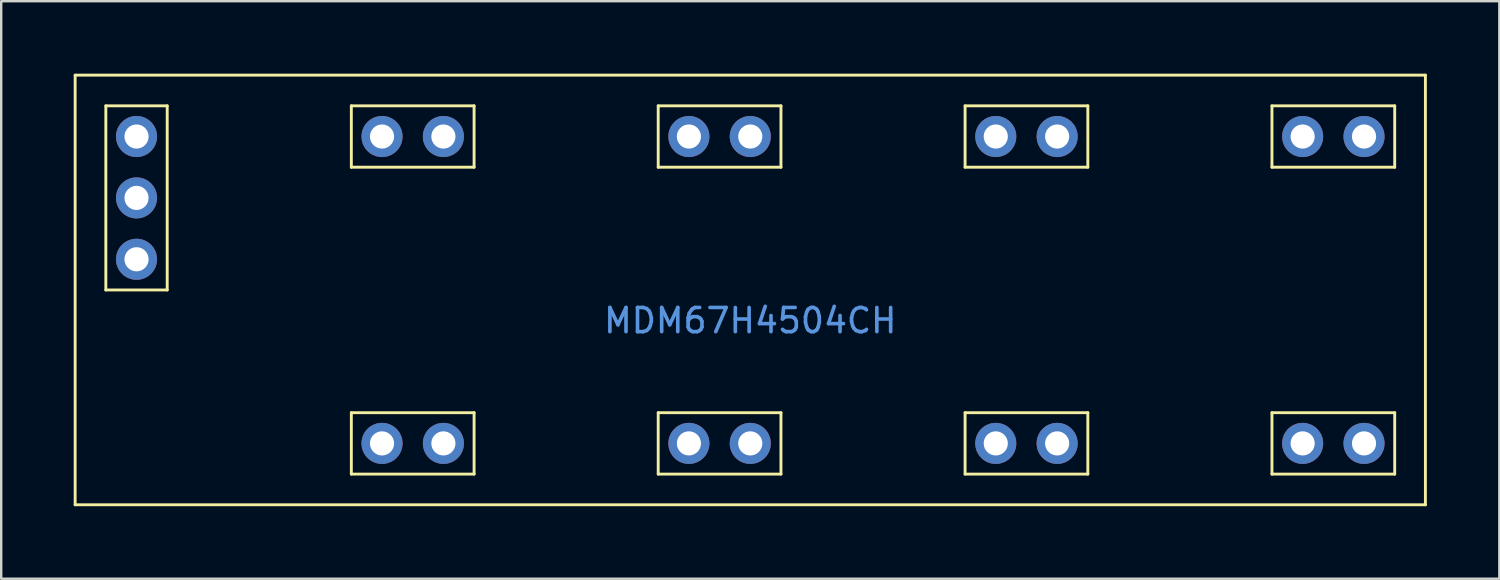
<source format=kicad_pcb>
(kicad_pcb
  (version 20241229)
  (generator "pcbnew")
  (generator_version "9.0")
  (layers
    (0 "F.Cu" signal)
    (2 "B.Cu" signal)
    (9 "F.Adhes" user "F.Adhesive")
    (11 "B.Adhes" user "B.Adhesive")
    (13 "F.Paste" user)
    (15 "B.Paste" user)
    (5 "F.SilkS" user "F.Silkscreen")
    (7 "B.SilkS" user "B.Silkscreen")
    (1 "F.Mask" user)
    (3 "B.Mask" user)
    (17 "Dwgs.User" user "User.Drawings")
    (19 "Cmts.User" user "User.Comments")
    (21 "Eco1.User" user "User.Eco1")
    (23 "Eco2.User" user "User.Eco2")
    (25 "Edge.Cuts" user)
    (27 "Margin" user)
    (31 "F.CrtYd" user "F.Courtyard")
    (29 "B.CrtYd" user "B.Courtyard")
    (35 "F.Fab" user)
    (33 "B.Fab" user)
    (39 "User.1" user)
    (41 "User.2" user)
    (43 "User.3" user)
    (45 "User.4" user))
  (footprint "MDM67H4504CH"
    (layer "F.Cu")
    (at 28 8.95)
    (property "Reference" "MDM67H4504CH" (at 0 1.27 0) (layer "Cmts.User") (effects (font (size 1 1) (thickness 0.15))))
    (attr through_hole)
    (fp_line (start -27.94 -8.89) (end -27.94 8.89) (stroke (width 0.12) (type solid)) (layer "F.SilkS"))
    (fp_line (start -27.94 8.89) (end 27.94 8.89) (stroke (width 0.12) (type solid)) (layer "F.SilkS"))
    (fp_line (start -26.67 -7.62) (end -26.67 0) (stroke (width 0.12) (type solid)) (layer "F.SilkS"))
    (fp_line (start -26.67 0) (end -24.13 0) (stroke (width 0.12) (type solid)) (layer "F.SilkS"))
    (fp_line (start -24.13 -7.62) (end -26.67 -7.62) (stroke (width 0.12) (type solid)) (layer "F.SilkS"))
    (fp_line (start -24.13 0) (end -24.13 -7.62) (stroke (width 0.12) (type solid)) (layer "F.SilkS"))
    (fp_line (start -16.51 -7.62) (end -16.51 -5.08) (stroke (width 0.12) (type solid)) (layer "F.SilkS"))
    (fp_line (start -16.51 -5.08) (end -11.43 -5.08) (stroke (width 0.12) (type solid)) (layer "F.SilkS"))
    (fp_line (start -16.51 5.08) (end -16.51 7.62) (stroke (width 0.12) (type solid)) (layer "F.SilkS"))
    (fp_line (start -16.51 7.62) (end -11.43 7.62) (stroke (width 0.12) (type solid)) (layer "F.SilkS"))
    (fp_line (start -11.43 -7.62) (end -16.51 -7.62) (stroke (width 0.12) (type solid)) (layer "F.SilkS"))
    (fp_line (start -11.43 -5.08) (end -11.43 -7.62) (stroke (width 0.12) (type solid)) (layer "F.SilkS"))
    (fp_line (start -11.43 5.08) (end -16.51 5.08) (stroke (width 0.12) (type solid)) (layer "F.SilkS"))
    (fp_line (start -11.43 7.62) (end -11.43 5.08) (stroke (width 0.12) (type solid)) (layer "F.SilkS"))
    (fp_line (start -3.81 -7.62) (end 1.27 -7.62) (stroke (width 0.12) (type solid)) (layer "F.SilkS"))
    (fp_line (start -3.81 -5.08) (end -3.81 -7.62) (stroke (width 0.12) (type solid)) (layer "F.SilkS"))
    (fp_line (start -3.81 5.08) (end -3.81 7.62) (stroke (width 0.12) (type solid)) (layer "F.SilkS"))
    (fp_line (start -3.81 7.62) (end 1.27 7.62) (stroke (width 0.12) (type solid)) (layer "F.SilkS"))
    (fp_line (start 1.27 -7.62) (end 1.27 -5.08) (stroke (width 0.12) (type solid)) (layer "F.SilkS"))
    (fp_line (start 1.27 -5.08) (end -3.81 -5.08) (stroke (width 0.12) (type solid)) (layer "F.SilkS"))
    (fp_line (start 1.27 5.08) (end -3.81 5.08) (stroke (width 0.12) (type solid)) (layer "F.SilkS"))
    (fp_line (start 1.27 7.62) (end 1.27 5.08) (stroke (width 0.12) (type solid)) (layer "F.SilkS"))
    (fp_line (start 8.89 -7.62) (end 8.89 -5.08) (stroke (width 0.12) (type solid)) (layer "F.SilkS"))
    (fp_line (start 8.89 -5.08) (end 13.97 -5.08) (stroke (width 0.12) (type solid)) (layer "F.SilkS"))
    (fp_line (start 8.89 5.08) (end 8.89 7.62) (stroke (width 0.12) (type solid)) (layer "F.SilkS"))
    (fp_line (start 8.89 7.62) (end 13.97 7.62) (stroke (width 0.12) (type solid)) (layer "F.SilkS"))
    (fp_line (start 13.97 -7.62) (end 8.89 -7.62) (stroke (width 0.12) (type solid)) (layer "F.SilkS"))
    (fp_line (start 13.97 -5.08) (end 13.97 -7.62) (stroke (width 0.12) (type solid)) (layer "F.SilkS"))
    (fp_line (start 13.97 5.08) (end 8.89 5.08) (stroke (width 0.12) (type solid)) (layer "F.SilkS"))
    (fp_line (start 13.97 7.62) (end 13.97 5.08) (stroke (width 0.12) (type solid)) (layer "F.SilkS"))
    (fp_line (start 21.59 -7.62) (end 21.59 -5.08) (stroke (width 0.12) (type solid)) (layer "F.SilkS"))
    (fp_line (start 21.59 -5.08) (end 26.67 -5.08) (stroke (width 0.12) (type solid)) (layer "F.SilkS"))
    (fp_line (start 21.59 5.08) (end 21.59 7.62) (stroke (width 0.12) (type solid)) (layer "F.SilkS"))
    (fp_line (start 21.59 7.62) (end 26.67 7.62) (stroke (width 0.12) (type solid)) (layer "F.SilkS"))
    (fp_line (start 26.67 -7.62) (end 21.59 -7.62) (stroke (width 0.12) (type solid)) (layer "F.SilkS"))
    (fp_line (start 26.67 -5.08) (end 26.67 -7.62) (stroke (width 0.12) (type solid)) (layer "F.SilkS"))
    (fp_line (start 26.67 5.08) (end 21.59 5.08) (stroke (width 0.12) (type solid)) (layer "F.SilkS"))
    (fp_line (start 26.67 7.62) (end 26.67 5.08) (stroke (width 0.12) (type solid)) (layer "F.SilkS"))
    (fp_line (start 27.94 -8.89) (end -27.94 -8.89) (stroke (width 0.12) (type solid)) (layer "F.SilkS"))
    (fp_line (start 27.94 8.89) (end 27.94 -8.89) (stroke (width 0.12) (type solid)) (layer "F.SilkS"))
    (pad "1" thru_hole circle (at -25.4 -1.27) (size 1.7 1.7) (drill 1) (layers "*.Cu" "*.Mask"))
    (pad "2" thru_hole circle (at -25.4 -3.81) (size 1.7 1.7) (drill 1) (layers "*.Cu" "*.Mask"))
    (pad "3" thru_hole circle (at -15.24 6.35) (size 1.7 1.7) (drill 1) (layers "*.Cu" "*.Mask"))
    (pad "4" thru_hole circle (at -12.7 6.35) (size 1.7 1.7) (drill 1) (layers "*.Cu" "*.Mask"))
    (pad "5" thru_hole circle (at -2.54 6.35) (size 1.7 1.7) (drill 1) (layers "*.Cu" "*.Mask"))
    (pad "6" thru_hole circle (at 0 6.35) (size 1.7 1.7) (drill 1) (layers "*.Cu" "*.Mask"))
    (pad "7" thru_hole circle (at 10.16 6.35) (size 1.7 1.7) (drill 1) (layers "*.Cu" "*.Mask"))
    (pad "8" thru_hole circle (at 12.7 6.35) (size 1.7 1.7) (drill 1) (layers "*.Cu" "*.Mask"))
    (pad "9" thru_hole circle (at 22.86 6.35) (size 1.7 1.7) (drill 1) (layers "*.Cu" "*.Mask"))
    (pad "10" thru_hole circle (at 25.4 6.35) (size 1.7 1.7) (drill 1) (layers "*.Cu" "*.Mask"))
    (pad "11" thru_hole circle (at -25.4 -6.35) (size 1.7 1.7) (drill 1) (layers "*.Cu" "*.Mask"))
    (pad "12" thru_hole circle (at -15.24 -6.35) (size 1.7 1.7) (drill 1) (layers "*.Cu" "*.Mask"))
    (pad "13" thru_hole circle (at -12.7 -6.35) (size 1.7 1.7) (drill 1) (layers "*.Cu" "*.Mask"))
    (pad "14" thru_hole circle (at -2.54 -6.35) (size 1.7 1.7) (drill 1) (layers "*.Cu" "*.Mask"))
    (pad "15" thru_hole circle (at 0 -6.35) (size 1.7 1.7) (drill 1) (layers "*.Cu" "*.Mask"))
    (pad "16" thru_hole circle (at 10.16 -6.35) (size 1.7 1.7) (drill 1) (layers "*.Cu" "*.Mask"))
    (pad "17" thru_hole circle (at 12.7 -6.35) (size 1.7 1.7) (drill 1) (layers "*.Cu" "*.Mask"))
    (pad "18" thru_hole circle (at 22.86 -6.35) (size 1.7 1.7) (drill 1) (layers "*.Cu" "*.Mask"))
    (pad "19" thru_hole circle (at 25.4 -6.35) (size 1.7 1.7) (drill 1) (layers "*.Cu" "*.Mask")))
  (gr_rect
    (start -3 -3)
    (end 59 20.9)
    (stroke (width 0.1) (type default))
    (fill no)
    (layer "Edge.Cuts")))
</source>
